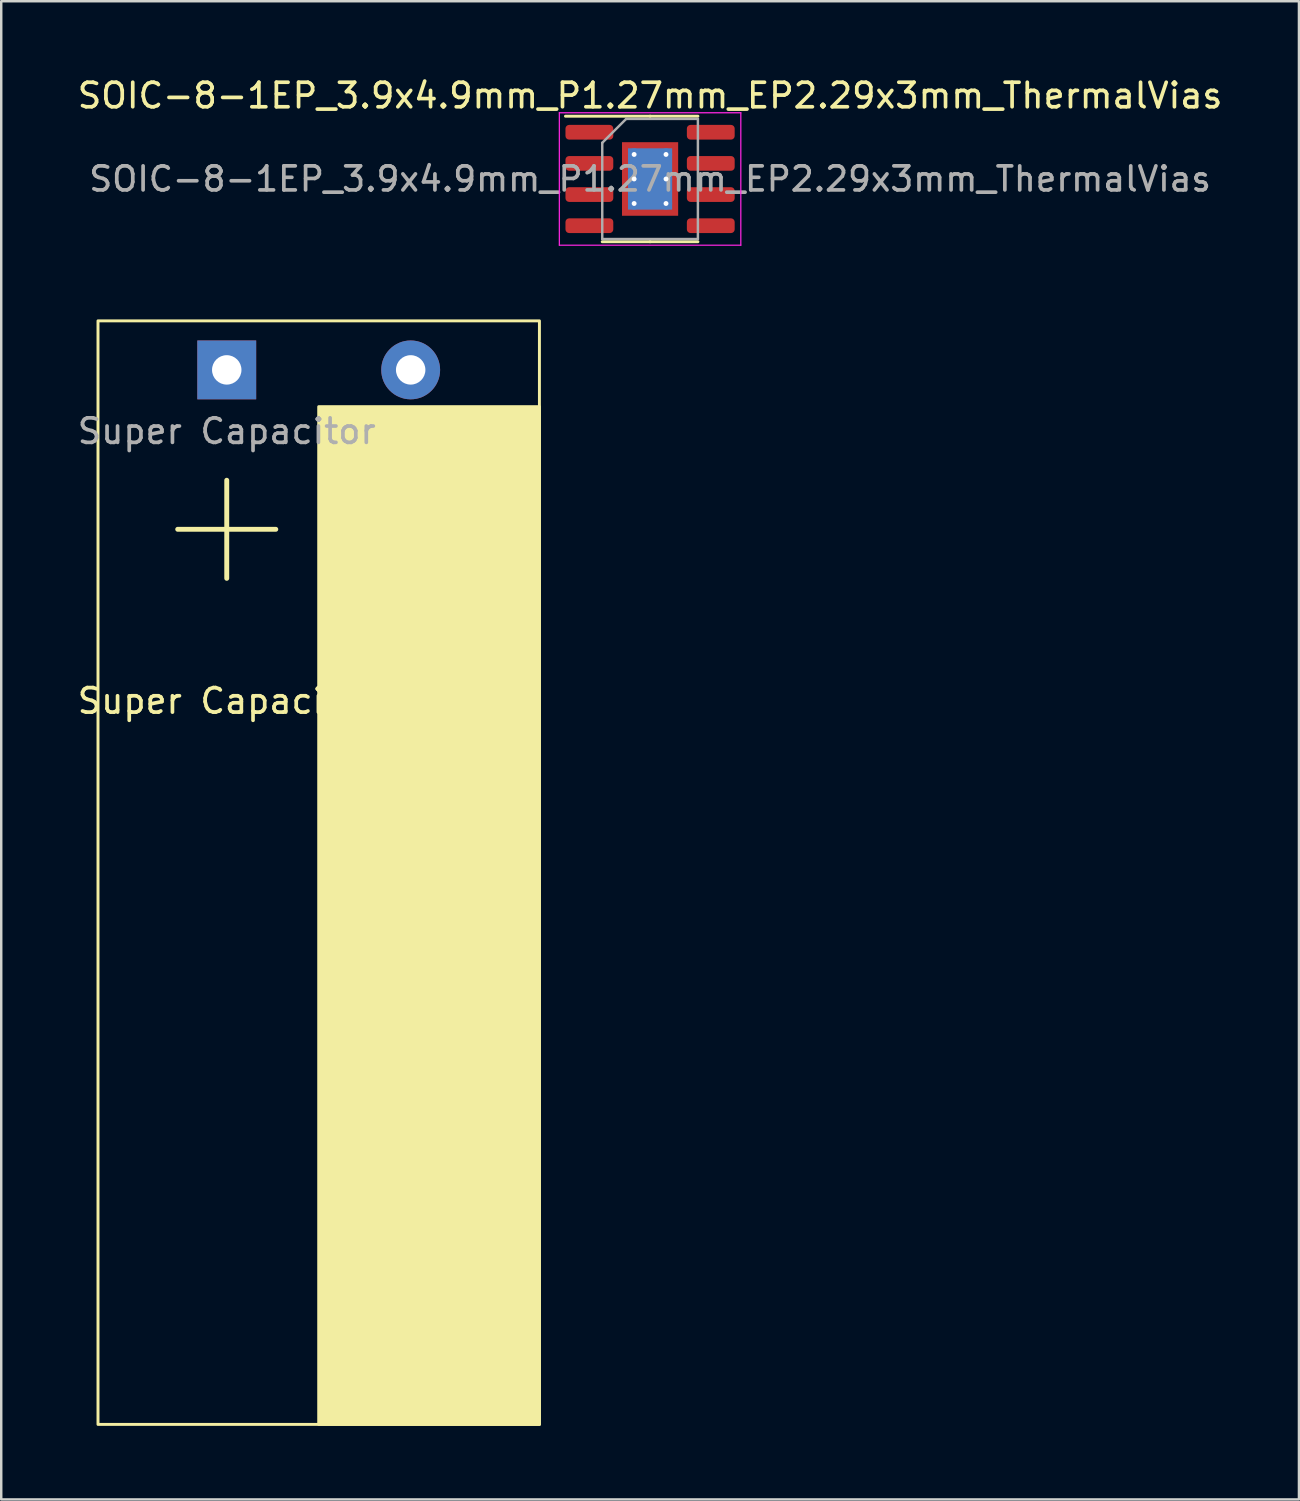
<source format=kicad_pcb>
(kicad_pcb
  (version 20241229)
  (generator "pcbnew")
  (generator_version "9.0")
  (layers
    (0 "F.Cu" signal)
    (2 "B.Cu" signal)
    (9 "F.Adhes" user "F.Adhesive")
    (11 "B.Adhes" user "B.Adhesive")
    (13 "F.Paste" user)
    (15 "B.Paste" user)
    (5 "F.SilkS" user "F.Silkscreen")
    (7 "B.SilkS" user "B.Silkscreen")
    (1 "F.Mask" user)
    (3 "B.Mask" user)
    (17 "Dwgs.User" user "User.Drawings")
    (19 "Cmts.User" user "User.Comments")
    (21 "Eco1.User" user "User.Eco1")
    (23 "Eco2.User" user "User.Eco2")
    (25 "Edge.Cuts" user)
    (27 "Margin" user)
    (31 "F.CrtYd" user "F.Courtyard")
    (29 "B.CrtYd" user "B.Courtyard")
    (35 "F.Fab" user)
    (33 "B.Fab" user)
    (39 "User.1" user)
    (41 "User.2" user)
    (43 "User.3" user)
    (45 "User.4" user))
  (footprint "SOIC-8-1EP_3.9x4.9mm_P1.27mm_EP2.29x3mm_ThermalVias"
    (layer "F.Cu")
    (at 23.458 4.248)
    (property "Reference" "SOIC-8-1EP_3.9x4.9mm_P1.27mm_EP2.29x3mm_ThermalVias" (at 0 -3.4 0) (layer "F.SilkS") (effects (font (size 1 1) (thickness 0.15))))
    (attr smd)
    (fp_line (start 0 -2.56) (end -3.45 -2.56) (stroke (width 0.12) (type solid)) (layer "F.SilkS"))
    (fp_line (start 0 -2.56) (end 1.95 -2.56) (stroke (width 0.12) (type solid)) (layer "F.SilkS"))
    (fp_line (start 0 2.56) (end -1.95 2.56) (stroke (width 0.12) (type solid)) (layer "F.SilkS"))
    (fp_line (start 0 2.56) (end 1.95 2.56) (stroke (width 0.12) (type solid)) (layer "F.SilkS"))
    (fp_line (start -3.7 -2.7) (end -3.7 2.7) (stroke (width 0.05) (type solid)) (layer "F.CrtYd"))
    (fp_line (start -3.7 2.7) (end 3.7 2.7) (stroke (width 0.05) (type solid)) (layer "F.CrtYd"))
    (fp_line (start 3.7 -2.7) (end -3.7 -2.7) (stroke (width 0.05) (type solid)) (layer "F.CrtYd"))
    (fp_line (start 3.7 2.7) (end 3.7 -2.7) (stroke (width 0.05) (type solid)) (layer "F.CrtYd"))
    (fp_line (start -1.95 -1.475) (end -0.975 -2.45) (stroke (width 0.1) (type solid)) (layer "F.Fab"))
    (fp_line (start -1.95 2.45) (end -1.95 -1.475) (stroke (width 0.1) (type solid)) (layer "F.Fab"))
    (fp_line (start -0.975 -2.45) (end 1.95 -2.45) (stroke (width 0.1) (type solid)) (layer "F.Fab"))
    (fp_line (start 1.95 -2.45) (end 1.95 2.45) (stroke (width 0.1) (type solid)) (layer "F.Fab"))
    (fp_line (start 1.95 2.45) (end -1.95 2.45) (stroke (width 0.1) (type solid)) (layer "F.Fab"))
    (fp_text user "${REFERENCE}" (at 0 0 0) (layer "F.Fab") (effects (font (size 0.98 0.98) (thickness 0.15))))
    (pad "" smd roundrect (at -0.57 -0.75) (size 0.96 1.25) (layers "F.Paste") (roundrect_rratio 0.25))
    (pad "" smd roundrect (at -0.57 0.75) (size 0.96 1.25) (layers "F.Paste") (roundrect_rratio 0.25))
    (pad "" smd roundrect (at 0.57 -0.75) (size 0.96 1.25) (layers "F.Paste") (roundrect_rratio 0.25))
    (pad "" smd roundrect (at 0.57 0.75) (size 0.96 1.25) (layers "F.Paste") (roundrect_rratio 0.25))
    (pad "1" smd roundrect (at -2.475 -1.905) (size 1.95 0.6) (layers "F.Cu" "F.Mask" "F.Paste") (roundrect_rratio 0.25))
    (pad "2" smd roundrect (at -2.475 -0.635) (size 1.95 0.6) (layers "F.Cu" "F.Mask" "F.Paste") (roundrect_rratio 0.25))
    (pad "3" smd roundrect (at -2.475 0.635) (size 1.95 0.6) (layers "F.Cu" "F.Mask" "F.Paste") (roundrect_rratio 0.25))
    (pad "4" smd roundrect (at -2.475 1.905) (size 1.95 0.6) (layers "F.Cu" "F.Mask" "F.Paste") (roundrect_rratio 0.25))
    (pad "5" smd roundrect (at 2.475 1.905) (size 1.95 0.6) (layers "F.Cu" "F.Mask" "F.Paste") (roundrect_rratio 0.25))
    (pad "6" smd roundrect (at 2.475 0.635) (size 1.95 0.6) (layers "F.Cu" "F.Mask" "F.Paste") (roundrect_rratio 0.25))
    (pad "7" smd roundrect (at 2.475 -0.635) (size 1.95 0.6) (layers "F.Cu" "F.Mask" "F.Paste") (roundrect_rratio 0.25))
    (pad "8" smd roundrect (at 2.475 -1.905) (size 1.95 0.6) (layers "F.Cu" "F.Mask" "F.Paste") (roundrect_rratio 0.25))
    (pad "9" thru_hole circle (at -0.65 -1) (size 0.5 0.5) (drill 0.2) (layers "*.Cu"))
    (pad "9" thru_hole circle (at -0.65 0) (size 0.5 0.5) (drill 0.2) (layers "*.Cu"))
    (pad "9" thru_hole circle (at -0.65 1) (size 0.5 0.5) (drill 0.2) (layers "*.Cu"))
    (pad "9" smd rect (at 0 0) (size 1.8 2.5) (layers "B.Cu"))
    (pad "9" smd rect (at 0 0) (size 2.29 3) (layers "F.Cu" "F.Mask"))
    (pad "9" thru_hole circle (at 0.65 -1) (size 0.5 0.5) (drill 0.2) (layers "*.Cu"))
    (pad "9" thru_hole circle (at 0.65 0) (size 0.5 0.5) (drill 0.2) (layers "*.Cu"))
    (pad "9" thru_hole circle (at 0.65 1) (size 0.5 0.5) (drill 0.2) (layers "*.Cu")))
  (footprint "Super Capacitor"
    (layer "F.Cu")
    (at 6.196 12.033)
    (property "Reference" "Super Capacitor" (at 0 13.5 0) (unlocked yes) (layer "F.SilkS") (effects (font (size 1 1) (thickness 0.15))))
    (attr through_hole)
    (fp_line (start -2 6.5) (end 2 6.5) (stroke (width 0.2) (type solid)) (layer "F.SilkS"))
    (fp_line (start 0 4.5) (end 0 8.5) (stroke (width 0.2) (type solid)) (layer "F.SilkS"))
    (fp_rect (start -5.25 -2) (end 12.75 43) (stroke (width 0.12) (type solid)) (fill no) (layer "F.SilkS"))
    (fp_rect (start 3.75 1.5) (end 12.75 43) (stroke (width 0.12) (type solid)) (fill yes) (layer "F.SilkS"))
    (fp_text user "${REFERENCE}" (at 0 2.5 0) (unlocked yes) (layer "F.Fab") (effects (font (size 1 1) (thickness 0.15))))
    (pad "1" thru_hole rect (at 0 0) (size 2.4 2.4) (drill 1.2) (layers "*.Cu" "*.Mask"))
    (pad "2" thru_hole circle (at 7.5 0) (size 2.4 2.4) (drill 1.2) (layers "*.Cu" "*.Mask")))
  (gr_rect
    (start -3 -3)
    (end 49.917 58.093)
    (stroke (width 0.1) (type default))
    (fill no)
    (layer "Edge.Cuts")))
</source>
